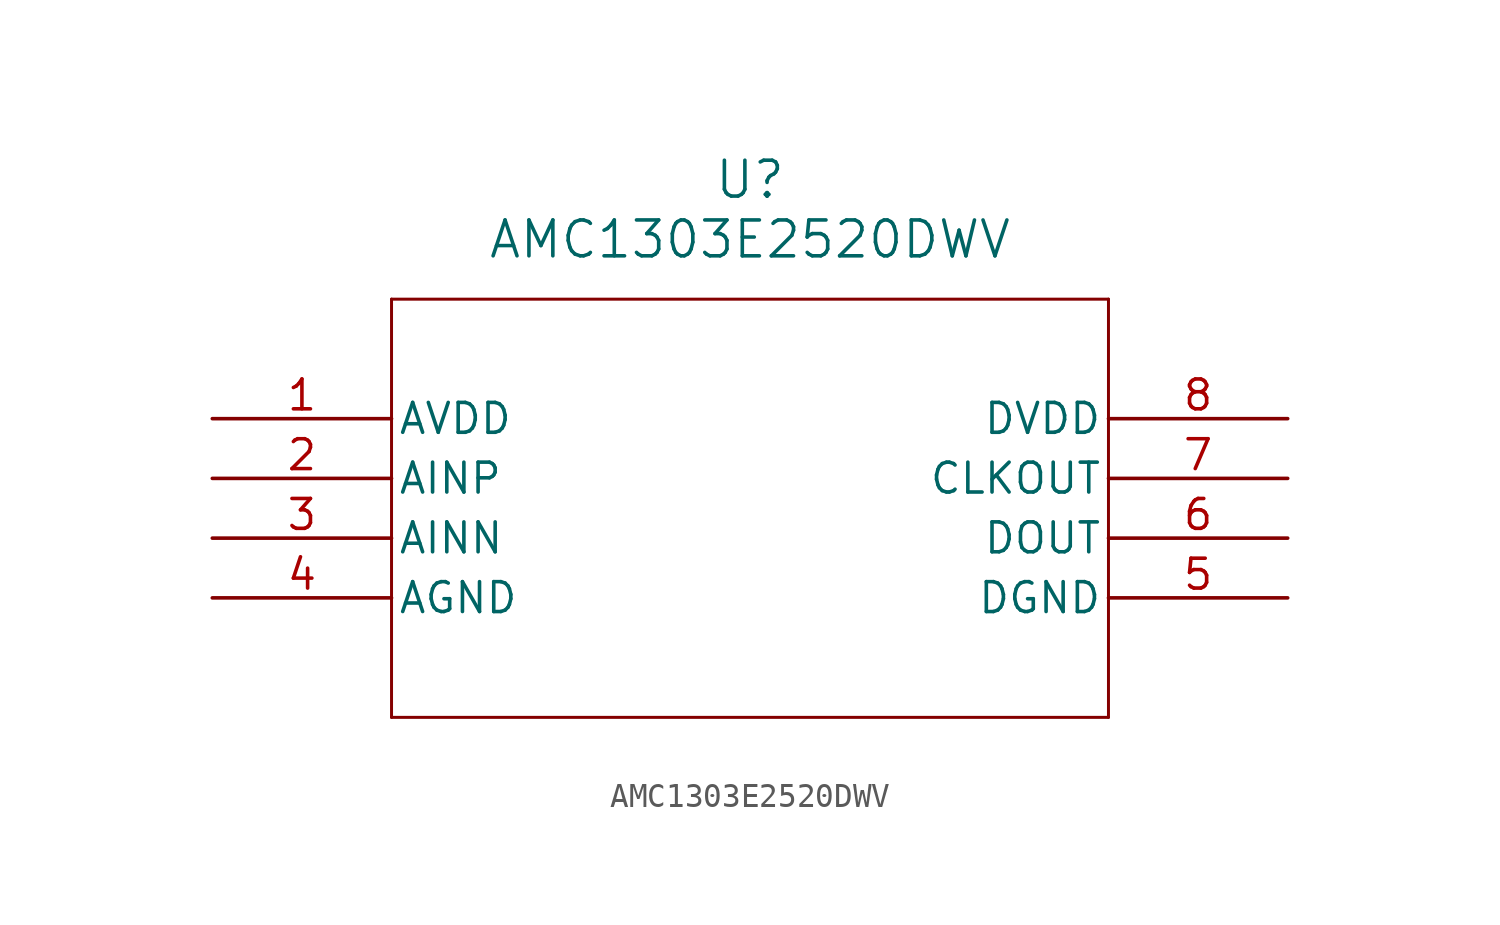
<source format=kicad_sym>
(kicad_symbol_lib
  (version 20211014)
  (generator kicad_symbol_editor)
  (symbol "AMC1303E2520DWV"
    (pin_names
      (offset 0.254))
    (property "Reference" "U"
      (at 22.86 10.16 0)
      (effects (font (size 1.524 1.524))))
    (property "Value" "AMC1303E2520DWV"
      (at 22.86 7.62 0)
      (effects (font (size 1.524 1.524))))
    (symbol "AMC1303E2520DWV_0_1"
      (polyline (pts (xy 7.62 5.08) (xy 7.62 -12.7)) (stroke (width 0.127) (type default) (color 0 0 0 0)) (fill (type none)))
      (polyline (pts (xy 7.62 -12.7) (xy 38.1 -12.7)) (stroke (width 0.127) (type default) (color 0 0 0 0)) (fill (type none)))
      (polyline (pts (xy 38.1 -12.7) (xy 38.1 5.08)) (stroke (width 0.127) (type default) (color 0 0 0 0)) (fill (type none)))
      (polyline (pts (xy 38.1 5.08) (xy 7.62 5.08)) (stroke (width 0.127) (type default) (color 0 0 0 0)) (fill (type none)))
      (pin power_in line (at 0 0 0) (length 7.62) (name "AVDD" (effects (font (size 1.27 1.27)))) (number "1" (effects (font (size 1.27 1.27)))))
      (pin input line (at 0 -2.54 0) (length 7.62) (name "AINP" (effects (font (size 1.27 1.27)))) (number "2" (effects (font (size 1.27 1.27)))))
      (pin input line (at 0 -5.08 0) (length 7.62) (name "AINN" (effects (font (size 1.27 1.27)))) (number "3" (effects (font (size 1.27 1.27)))))
      (pin power_in line (at 0 -7.62 0) (length 7.62) (name "AGND" (effects (font (size 1.27 1.27)))) (number "4" (effects (font (size 1.27 1.27)))))
      (pin power_in line (at 45.72 -7.62 180) (length 7.62) (name "DGND" (effects (font (size 1.27 1.27)))) (number "5" (effects (font (size 1.27 1.27)))))
      (pin output line (at 45.72 -5.08 180) (length 7.62) (name "DOUT" (effects (font (size 1.27 1.27)))) (number "6" (effects (font (size 1.27 1.27)))))
      (pin unspecified line (at 45.72 -2.54 180) (length 7.62) (name "CLKOUT" (effects (font (size 1.27 1.27)))) (number "7" (effects (font (size 1.27 1.27)))))
      (pin power_in line (at 45.72 0 180) (length 7.62) (name "DVDD" (effects (font (size 1.27 1.27)))) (number "8" (effects (font (size 1.27 1.27))))))))
</source>
